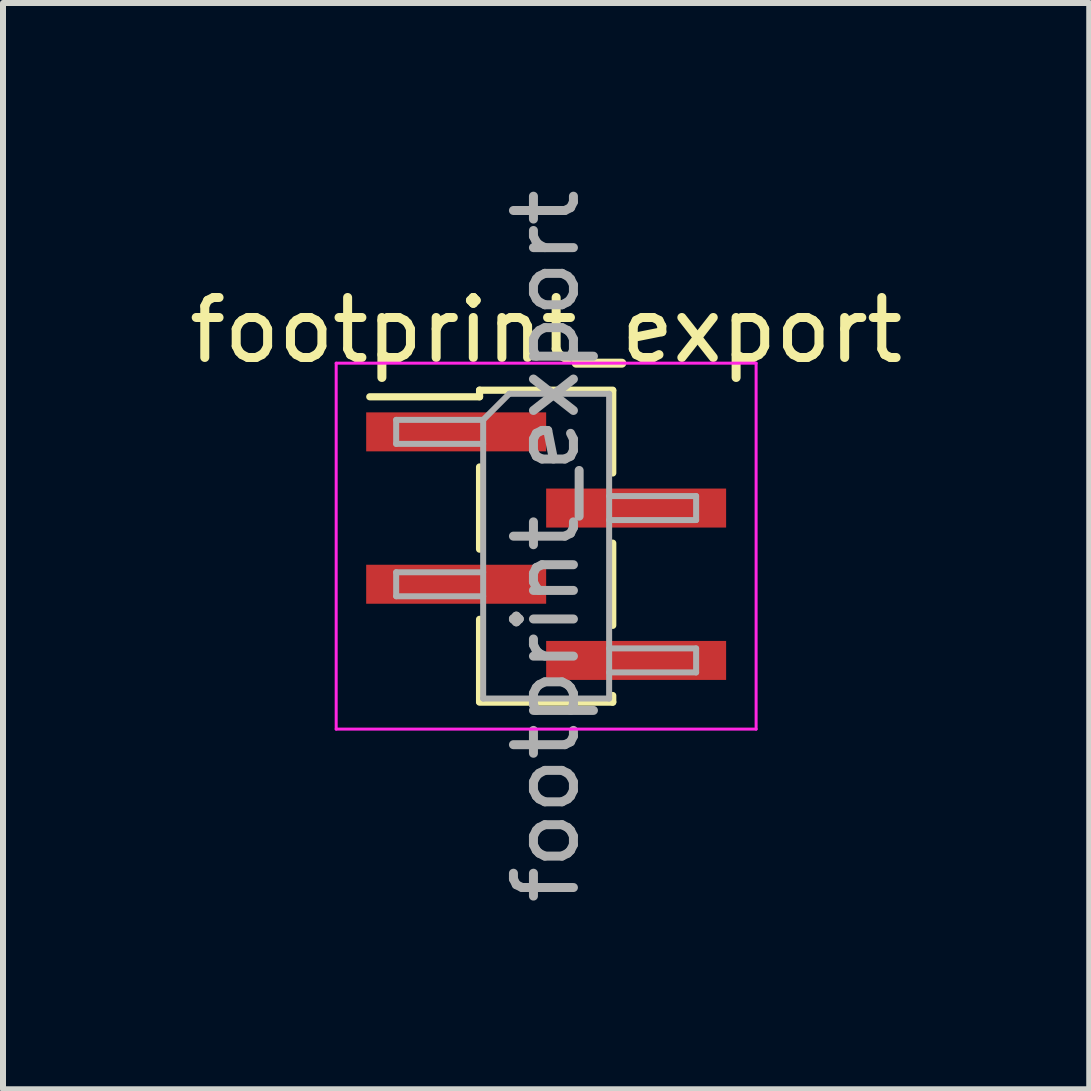
<source format=kicad_pcb>
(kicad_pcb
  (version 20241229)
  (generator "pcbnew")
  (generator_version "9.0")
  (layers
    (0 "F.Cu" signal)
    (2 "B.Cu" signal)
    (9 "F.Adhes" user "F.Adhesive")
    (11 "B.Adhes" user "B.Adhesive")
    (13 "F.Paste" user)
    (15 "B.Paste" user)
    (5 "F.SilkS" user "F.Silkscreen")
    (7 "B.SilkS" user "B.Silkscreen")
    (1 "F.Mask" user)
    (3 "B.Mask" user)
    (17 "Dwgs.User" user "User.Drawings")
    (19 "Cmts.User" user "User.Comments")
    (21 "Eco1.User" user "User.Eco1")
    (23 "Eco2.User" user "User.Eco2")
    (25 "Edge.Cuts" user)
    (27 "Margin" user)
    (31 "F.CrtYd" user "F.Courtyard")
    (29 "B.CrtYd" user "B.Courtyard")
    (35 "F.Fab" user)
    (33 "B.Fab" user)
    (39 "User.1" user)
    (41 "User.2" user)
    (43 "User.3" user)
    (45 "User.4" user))
  (footprint "footprint_export"
    (layer "F.Cu")
    (at 6.054 6.054)
    (property "Reference" "footprint_export" (at 0 -3.6 0) (layer "F.SilkS") (effects (font (size 1 1) (thickness 0.15))))
    (attr smd)
    (fp_line (start -1.11 -2.6) (end -1.11 -2.49) (stroke (width 0.12) (type solid)) (layer "F.SilkS"))
    (fp_line (start -1.11 -2.6) (end 1.11 -2.6) (stroke (width 0.12) (type solid)) (layer "F.SilkS"))
    (fp_line (start -1.11 -2.49) (end -2.94 -2.49) (stroke (width 0.12) (type solid)) (layer "F.SilkS"))
    (fp_line (start -1.11 -1.32) (end -1.11 0.05) (stroke (width 0.12) (type solid)) (layer "F.SilkS"))
    (fp_line (start -1.11 1.22) (end -1.11 2.59) (stroke (width 0.12) (type solid)) (layer "F.SilkS"))
    (fp_line (start -1.11 2.6) (end 1.11 2.6) (stroke (width 0.12) (type solid)) (layer "F.SilkS"))
    (fp_line (start 1.11 -2.59) (end 1.11 -1.22) (stroke (width 0.12) (type solid)) (layer "F.SilkS"))
    (fp_line (start 1.11 -0.05) (end 1.11 1.32) (stroke (width 0.12) (type solid)) (layer "F.SilkS"))
    (fp_line (start 1.11 2.49) (end 1.11 2.6) (stroke (width 0.12) (type solid)) (layer "F.SilkS"))
    (fp_line (start -3.5 -3.05) (end -3.5 3.05) (stroke (width 0.05) (type solid)) (layer "F.CrtYd"))
    (fp_line (start -3.5 3.05) (end 3.5 3.05) (stroke (width 0.05) (type solid)) (layer "F.CrtYd"))
    (fp_line (start 3.5 -3.05) (end -3.5 -3.05) (stroke (width 0.05) (type solid)) (layer "F.CrtYd"))
    (fp_line (start 3.5 3.05) (end 3.5 -3.05) (stroke (width 0.05) (type solid)) (layer "F.CrtYd"))
    (fp_line (start -2.5 -2.105) (end -2.5 -1.705) (stroke (width 0.1) (type solid)) (layer "F.Fab"))
    (fp_line (start -2.5 -1.705) (end -1.05 -1.705) (stroke (width 0.1) (type solid)) (layer "F.Fab"))
    (fp_line (start -2.5 0.435) (end -2.5 0.835) (stroke (width 0.1) (type solid)) (layer "F.Fab"))
    (fp_line (start -2.5 0.835) (end -1.05 0.835) (stroke (width 0.1) (type solid)) (layer "F.Fab"))
    (fp_line (start -1.05 -2.105) (end -2.5 -2.105) (stroke (width 0.1) (type solid)) (layer "F.Fab"))
    (fp_line (start -1.05 -2.105) (end -0.615 -2.54) (stroke (width 0.1) (type solid)) (layer "F.Fab"))
    (fp_line (start -1.05 0.435) (end -2.5 0.435) (stroke (width 0.1) (type solid)) (layer "F.Fab"))
    (fp_line (start -1.05 2.54) (end -1.05 -2.105) (stroke (width 0.1) (type solid)) (layer "F.Fab"))
    (fp_line (start -0.615 -2.54) (end 1.05 -2.54) (stroke (width 0.1) (type solid)) (layer "F.Fab"))
    (fp_line (start 1.05 -2.54) (end 1.05 2.54) (stroke (width 0.1) (type solid)) (layer "F.Fab"))
    (fp_line (start 1.05 -0.835) (end 2.5 -0.835) (stroke (width 0.1) (type solid)) (layer "F.Fab"))
    (fp_line (start 1.05 1.705) (end 2.5 1.705) (stroke (width 0.1) (type solid)) (layer "F.Fab"))
    (fp_line (start 1.05 2.54) (end -1.05 2.54) (stroke (width 0.1) (type solid)) (layer "F.Fab"))
    (fp_line (start 2.5 -0.835) (end 2.5 -0.435) (stroke (width 0.1) (type solid)) (layer "F.Fab"))
    (fp_line (start 2.5 -0.435) (end 1.05 -0.435) (stroke (width 0.1) (type solid)) (layer "F.Fab"))
    (fp_line (start 2.5 1.705) (end 2.5 2.105) (stroke (width 0.1) (type solid)) (layer "F.Fab"))
    (fp_line (start 2.5 2.105) (end 1.05 2.105) (stroke (width 0.1) (type solid)) (layer "F.Fab"))
    (fp_text user "${REFERENCE}" (at 0 0 90) (layer "F.Fab") (effects (font (size 1 1) (thickness 0.15))))
    (pad "1" smd rect (at -1.5 -1.905) (size 3 0.65) (layers "F.Cu" "F.Mask" "F.Paste"))
    (pad "2" smd rect (at 1.5 -0.635) (size 3 0.65) (layers "F.Cu" "F.Mask" "F.Paste"))
    (pad "3" smd rect (at -1.5 0.635) (size 3 0.65) (layers "F.Cu" "F.Mask" "F.Paste"))
    (pad "4" smd rect (at 1.5 1.905) (size 3 0.65) (layers "F.Cu" "F.Mask" "F.Paste")))
  (gr_rect
    (start -3 -3)
    (end 15.107 15.107)
    (stroke (width 0.1) (type default))
    (fill no)
    (layer "Edge.Cuts")))
</source>
